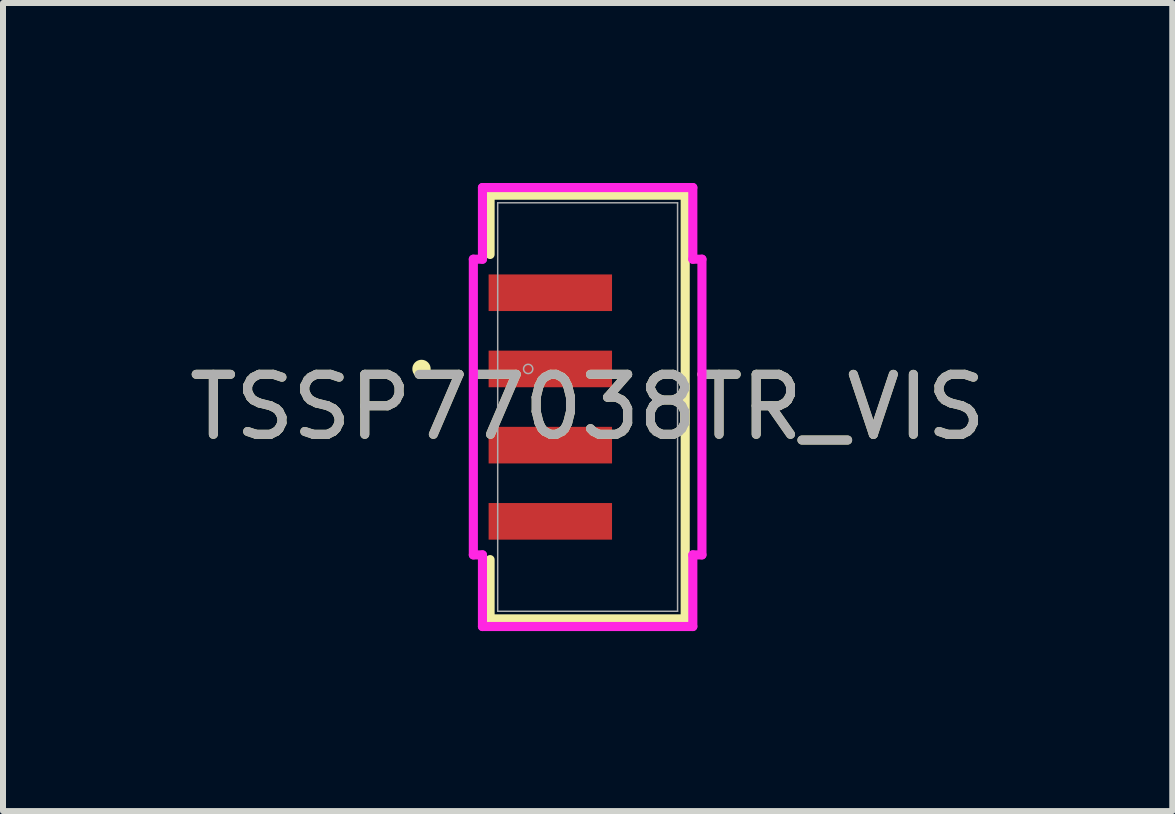
<source format=kicad_pcb>
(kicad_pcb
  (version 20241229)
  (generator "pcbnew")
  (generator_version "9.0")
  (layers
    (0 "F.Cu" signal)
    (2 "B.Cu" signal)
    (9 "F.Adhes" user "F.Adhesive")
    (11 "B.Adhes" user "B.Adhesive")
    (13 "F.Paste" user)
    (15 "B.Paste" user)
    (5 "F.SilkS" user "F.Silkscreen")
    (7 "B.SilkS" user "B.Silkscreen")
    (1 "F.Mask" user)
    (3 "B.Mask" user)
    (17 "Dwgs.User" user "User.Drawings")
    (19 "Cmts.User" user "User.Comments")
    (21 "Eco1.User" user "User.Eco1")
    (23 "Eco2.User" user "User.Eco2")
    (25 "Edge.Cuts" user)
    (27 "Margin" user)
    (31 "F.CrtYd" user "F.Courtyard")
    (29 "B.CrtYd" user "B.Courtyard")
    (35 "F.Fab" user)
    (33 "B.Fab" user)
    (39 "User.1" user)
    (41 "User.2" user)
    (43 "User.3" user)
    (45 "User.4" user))
  (footprint "TSSP77038TR_VIS"
    (layer "F.Cu")
    (at 6.744 3.734)
    (property "Reference" "TSSP77038TR_VIS" (at 0 0 0) (unlocked yes) (layer "F.SilkS") (effects (font (size 1 1) (thickness 0.15))))
    (attr smd)
    (fp_line (start -1.626 -3.531) (end -1.626 -2.543) (stroke (width 0.152) (type solid)) (layer "F.SilkS"))
    (fp_line (start -1.626 2.543) (end -1.626 3.531) (stroke (width 0.152) (type solid)) (layer "F.SilkS"))
    (fp_line (start -1.626 3.531) (end 1.626 3.531) (stroke (width 0.152) (type solid)) (layer "F.SilkS"))
    (fp_line (start 1.626 -3.531) (end -1.626 -3.531) (stroke (width 0.152) (type solid)) (layer "F.SilkS"))
    (fp_line (start 1.626 3.531) (end 1.626 -3.531) (stroke (width 0.152) (type solid)) (layer "F.SilkS"))
    (fp_circle (center -2.769 -0.635) (end -2.692 -0.635) (stroke (width 0.152) (type solid)) (fill no) (layer "F.SilkS"))
    (fp_line (start -1.905 -2.464) (end -1.753 -2.464) (stroke (width 0.152) (type solid)) (layer "F.CrtYd"))
    (fp_line (start -1.905 2.464) (end -1.905 -2.464) (stroke (width 0.152) (type solid)) (layer "F.CrtYd"))
    (fp_line (start -1.753 -3.658) (end 1.753 -3.658) (stroke (width 0.152) (type solid)) (layer "F.CrtYd"))
    (fp_line (start -1.753 -2.464) (end -1.753 -3.658) (stroke (width 0.152) (type solid)) (layer "F.CrtYd"))
    (fp_line (start -1.753 2.464) (end -1.905 2.464) (stroke (width 0.152) (type solid)) (layer "F.CrtYd"))
    (fp_line (start -1.753 3.658) (end -1.753 2.464) (stroke (width 0.152) (type solid)) (layer "F.CrtYd"))
    (fp_line (start 1.753 -3.658) (end 1.753 -2.464) (stroke (width 0.152) (type solid)) (layer "F.CrtYd"))
    (fp_line (start 1.753 -2.464) (end 1.905 -2.464) (stroke (width 0.152) (type solid)) (layer "F.CrtYd"))
    (fp_line (start 1.753 2.464) (end 1.753 3.658) (stroke (width 0.152) (type solid)) (layer "F.CrtYd"))
    (fp_line (start 1.753 3.658) (end -1.753 3.658) (stroke (width 0.152) (type solid)) (layer "F.CrtYd"))
    (fp_line (start 1.905 -2.464) (end 1.905 2.464) (stroke (width 0.152) (type solid)) (layer "F.CrtYd"))
    (fp_line (start 1.905 2.464) (end 1.753 2.464) (stroke (width 0.152) (type solid)) (layer "F.CrtYd"))
    (fp_line (start -1.499 -3.404) (end -1.499 3.404) (stroke (width 0.025) (type solid)) (layer "F.Fab"))
    (fp_line (start -1.499 3.404) (end 1.499 3.404) (stroke (width 0.025) (type solid)) (layer "F.Fab"))
    (fp_line (start 1.499 -3.404) (end -1.499 -3.404) (stroke (width 0.025) (type solid)) (layer "F.Fab"))
    (fp_line (start 1.499 3.404) (end 1.499 -3.404) (stroke (width 0.025) (type solid)) (layer "F.Fab"))
    (fp_circle (center -0.991 -0.635) (end -0.914 -0.635) (stroke (width 0.025) (type solid)) (fill no) (layer "F.Fab"))
    (fp_text user "${REFERENCE}" (at 0 0 0) (unlocked yes) (layer "F.Fab") (effects (font (size 1 1) (thickness 0.15))))
    (pad "1" smd rect (at -0.622 -1.905 90) (size 0.61 2.057) (layers "F.Cu" "F.Mask" "F.Paste"))
    (pad "2" smd rect (at -0.622 -0.635 90) (size 0.61 2.057) (layers "F.Cu" "F.Mask" "F.Paste"))
    (pad "3" smd rect (at -0.622 0.635 90) (size 0.61 2.057) (layers "F.Cu" "F.Mask" "F.Paste"))
    (pad "4" smd rect (at -0.622 1.905 90) (size 0.61 2.057) (layers "F.Cu" "F.Mask" "F.Paste")))
  (gr_rect
    (start -3 -3)
    (end 16.488 10.468)
    (stroke (width 0.1) (type default))
    (fill no)
    (layer "Edge.Cuts")))
</source>
